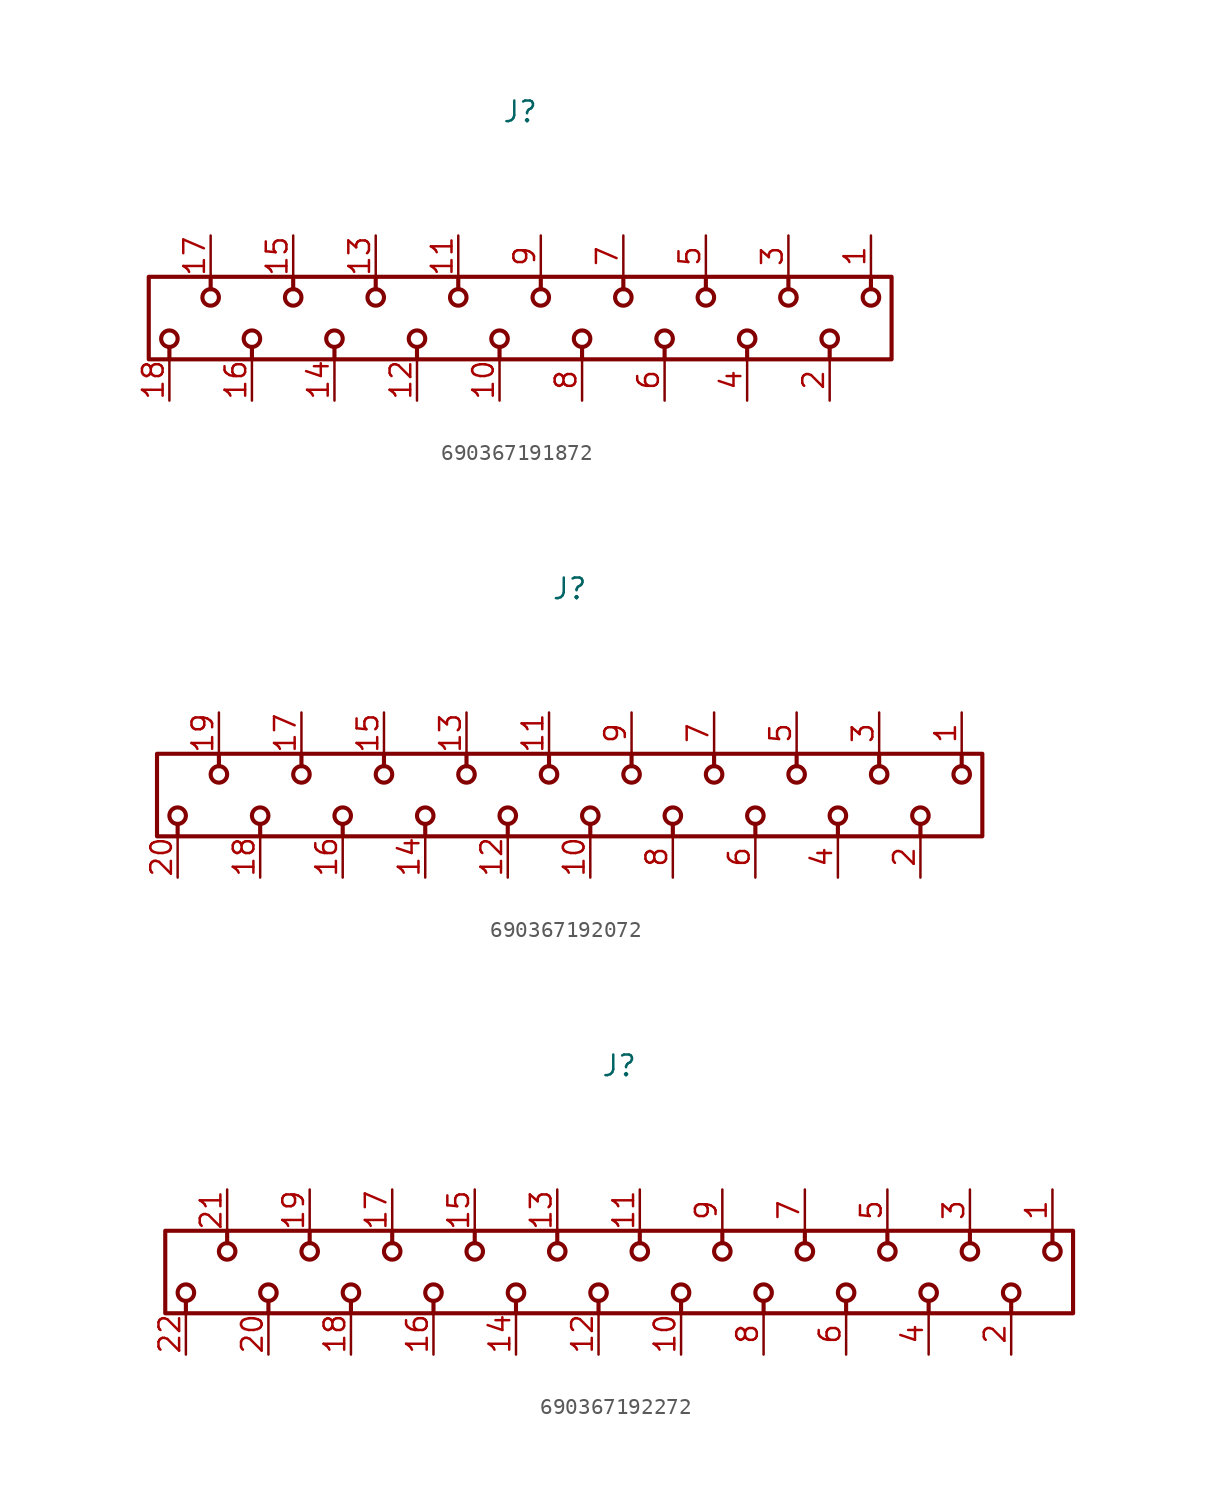
<source format=kicad_sym>
(kicad_symbol_lib
  (version 20241209)
  (generator "kicad_symbol_editor")
  (generator_version "9.0")
  (symbol "690367191872"
    (pin_names
      (hide yes))
    (property "Reference" "J"
      (at 0 12.7 0)
      (effects (font (size 1.27 1.27))))
    (symbol "690367191872_1_1"
      (rectangle (start -22.86 2.54) (end 22.86 -2.54) (stroke (width 0.254) (type solid)) (fill (type none)))
      (circle (center -21.59 -1.27) (radius 0.508) (stroke (width 0.254) (type solid)) (fill (type none)))
      (polyline (pts (xy -21.59 -1.778) (xy -21.59 -2.54)) (stroke (width 0.254) (type solid)) (fill (type none)))
      (polyline (pts (xy -19.05 1.778) (xy -19.05 2.54)) (stroke (width 0.254) (type solid)) (fill (type none)))
      (circle (center -19.05 1.27) (radius 0.508) (stroke (width 0.254) (type solid)) (fill (type none)))
      (circle (center -16.51 -1.27) (radius 0.508) (stroke (width 0.254) (type solid)) (fill (type none)))
      (polyline (pts (xy -16.51 -1.778) (xy -16.51 -2.54)) (stroke (width 0.254) (type solid)) (fill (type none)))
      (polyline (pts (xy -13.97 1.778) (xy -13.97 2.54)) (stroke (width 0.254) (type solid)) (fill (type none)))
      (circle (center -13.97 1.27) (radius 0.508) (stroke (width 0.254) (type solid)) (fill (type none)))
      (circle (center -11.43 -1.27) (radius 0.508) (stroke (width 0.254) (type solid)) (fill (type none)))
      (polyline (pts (xy -11.43 -1.778) (xy -11.43 -2.54)) (stroke (width 0.254) (type solid)) (fill (type none)))
      (polyline (pts (xy -8.89 1.778) (xy -8.89 2.54)) (stroke (width 0.254) (type solid)) (fill (type none)))
      (circle (center -8.89 1.27) (radius 0.508) (stroke (width 0.254) (type solid)) (fill (type none)))
      (circle (center -6.35 -1.27) (radius 0.508) (stroke (width 0.254) (type solid)) (fill (type none)))
      (polyline (pts (xy -6.35 -1.778) (xy -6.35 -2.54)) (stroke (width 0.254) (type solid)) (fill (type none)))
      (polyline (pts (xy -3.81 1.778) (xy -3.81 2.54)) (stroke (width 0.254) (type solid)) (fill (type none)))
      (circle (center -3.81 1.27) (radius 0.508) (stroke (width 0.254) (type solid)) (fill (type none)))
      (circle (center -1.27 -1.27) (radius 0.508) (stroke (width 0.254) (type solid)) (fill (type none)))
      (polyline (pts (xy -1.27 -1.778) (xy -1.27 -2.54)) (stroke (width 0.254) (type solid)) (fill (type none)))
      (polyline (pts (xy 1.27 1.778) (xy 1.27 2.54)) (stroke (width 0.254) (type solid)) (fill (type none)))
      (circle (center 1.27 1.27) (radius 0.508) (stroke (width 0.254) (type solid)) (fill (type none)))
      (circle (center 3.81 -1.27) (radius 0.508) (stroke (width 0.254) (type solid)) (fill (type none)))
      (polyline (pts (xy 3.81 -1.778) (xy 3.81 -2.54)) (stroke (width 0.254) (type solid)) (fill (type none)))
      (polyline (pts (xy 6.35 1.778) (xy 6.35 2.54)) (stroke (width 0.254) (type solid)) (fill (type none)))
      (circle (center 6.35 1.27) (radius 0.508) (stroke (width 0.254) (type solid)) (fill (type none)))
      (circle (center 8.89 -1.27) (radius 0.508) (stroke (width 0.254) (type solid)) (fill (type none)))
      (polyline (pts (xy 8.89 -1.778) (xy 8.89 -2.54)) (stroke (width 0.254) (type solid)) (fill (type none)))
      (polyline (pts (xy 11.43 1.778) (xy 11.43 2.54)) (stroke (width 0.254) (type solid)) (fill (type none)))
      (circle (center 11.43 1.27) (radius 0.508) (stroke (width 0.254) (type solid)) (fill (type none)))
      (circle (center 13.97 -1.27) (radius 0.508) (stroke (width 0.254) (type solid)) (fill (type none)))
      (polyline (pts (xy 13.97 -1.778) (xy 13.97 -2.54)) (stroke (width 0.254) (type solid)) (fill (type none)))
      (polyline (pts (xy 16.51 1.778) (xy 16.51 2.54)) (stroke (width 0.254) (type solid)) (fill (type none)))
      (circle (center 16.51 1.27) (radius 0.508) (stroke (width 0.254) (type solid)) (fill (type none)))
      (circle (center 19.05 -1.27) (radius 0.508) (stroke (width 0.254) (type solid)) (fill (type none)))
      (polyline (pts (xy 19.05 -1.778) (xy 19.05 -2.54)) (stroke (width 0.254) (type solid)) (fill (type none)))
      (polyline (pts (xy 21.59 1.778) (xy 21.59 2.54)) (stroke (width 0.254) (type solid)) (fill (type none)))
      (circle (center 21.59 1.27) (radius 0.508) (stroke (width 0.254) (type solid)) (fill (type none)))
      (pin passive line (at -21.59 -5.08 90) (length 2.54) (name "18" (effects (font (size 1.27 1.27)))) (number "18" (effects (font (size 1.27 1.27)))))
      (pin passive line (at -19.05 5.08 270) (length 2.54) (name "17" (effects (font (size 1.27 1.27)))) (number "17" (effects (font (size 1.27 1.27)))))
      (pin passive line (at -16.51 -5.08 90) (length 2.54) (name "16" (effects (font (size 1.27 1.27)))) (number "16" (effects (font (size 1.27 1.27)))))
      (pin passive line (at -13.97 5.08 270) (length 2.54) (name "15" (effects (font (size 1.27 1.27)))) (number "15" (effects (font (size 1.27 1.27)))))
      (pin passive line (at -11.43 -5.08 90) (length 2.54) (name "14" (effects (font (size 1.27 1.27)))) (number "14" (effects (font (size 1.27 1.27)))))
      (pin passive line (at -8.89 5.08 270) (length 2.54) (name "13" (effects (font (size 1.27 1.27)))) (number "13" (effects (font (size 1.27 1.27)))))
      (pin passive line (at -6.35 -5.08 90) (length 2.54) (name "12" (effects (font (size 1.27 1.27)))) (number "12" (effects (font (size 1.27 1.27)))))
      (pin passive line (at -3.81 5.08 270) (length 2.54) (name "11" (effects (font (size 1.27 1.27)))) (number "11" (effects (font (size 1.27 1.27)))))
      (pin passive line (at -1.27 -5.08 90) (length 2.54) (name "10" (effects (font (size 1.27 1.27)))) (number "10" (effects (font (size 1.27 1.27)))))
      (pin passive line (at 1.27 5.08 270) (length 2.54) (name "9" (effects (font (size 1.27 1.27)))) (number "9" (effects (font (size 1.27 1.27)))))
      (pin passive line (at 3.81 -5.08 90) (length 2.54) (name "8" (effects (font (size 1.27 1.27)))) (number "8" (effects (font (size 1.27 1.27)))))
      (pin passive line (at 6.35 5.08 270) (length 2.54) (name "7" (effects (font (size 1.27 1.27)))) (number "7" (effects (font (size 1.27 1.27)))))
      (pin passive line (at 8.89 -5.08 90) (length 2.54) (name "6" (effects (font (size 1.27 1.27)))) (number "6" (effects (font (size 1.27 1.27)))))
      (pin passive line (at 11.43 5.08 270) (length 2.54) (name "5" (effects (font (size 1.27 1.27)))) (number "5" (effects (font (size 1.27 1.27)))))
      (pin passive line (at 13.97 -5.08 90) (length 2.54) (name "4" (effects (font (size 1.27 1.27)))) (number "4" (effects (font (size 1.27 1.27)))))
      (pin passive line (at 16.51 5.08 270) (length 2.54) (name "3" (effects (font (size 1.27 1.27)))) (number "3" (effects (font (size 1.27 1.27)))))
      (pin passive line (at 19.05 -5.08 90) (length 2.54) (name "2" (effects (font (size 1.27 1.27)))) (number "2" (effects (font (size 1.27 1.27)))))
      (pin passive line (at 21.59 5.08 270) (length 2.54) (name "1" (effects (font (size 1.27 1.27)))) (number "1" (effects (font (size 1.27 1.27)))))))
  (symbol "690367192072"
    (pin_names
      (hide yes))
    (property "Reference" "J"
      (at 0 12.7 0)
      (effects (font (size 1.27 1.27))))
    (symbol "690367192072_1_1"
      (rectangle (start -25.4 2.54) (end 25.4 -2.54) (stroke (width 0.254) (type solid)) (fill (type none)))
      (circle (center -24.13 -1.27) (radius 0.508) (stroke (width 0.254) (type solid)) (fill (type none)))
      (polyline (pts (xy -24.13 -1.778) (xy -24.13 -2.54)) (stroke (width 0.254) (type solid)) (fill (type none)))
      (polyline (pts (xy -21.59 1.778) (xy -21.59 2.54)) (stroke (width 0.254) (type solid)) (fill (type none)))
      (circle (center -21.59 1.27) (radius 0.508) (stroke (width 0.254) (type solid)) (fill (type none)))
      (circle (center -19.05 -1.27) (radius 0.508) (stroke (width 0.254) (type solid)) (fill (type none)))
      (polyline (pts (xy -19.05 -1.778) (xy -19.05 -2.54)) (stroke (width 0.254) (type solid)) (fill (type none)))
      (polyline (pts (xy -16.51 1.778) (xy -16.51 2.54)) (stroke (width 0.254) (type solid)) (fill (type none)))
      (circle (center -16.51 1.27) (radius 0.508) (stroke (width 0.254) (type solid)) (fill (type none)))
      (circle (center -13.97 -1.27) (radius 0.508) (stroke (width 0.254) (type solid)) (fill (type none)))
      (polyline (pts (xy -13.97 -1.778) (xy -13.97 -2.54)) (stroke (width 0.254) (type solid)) (fill (type none)))
      (polyline (pts (xy -11.43 1.778) (xy -11.43 2.54)) (stroke (width 0.254) (type solid)) (fill (type none)))
      (circle (center -11.43 1.27) (radius 0.508) (stroke (width 0.254) (type solid)) (fill (type none)))
      (circle (center -8.89 -1.27) (radius 0.508) (stroke (width 0.254) (type solid)) (fill (type none)))
      (polyline (pts (xy -8.89 -1.778) (xy -8.89 -2.54)) (stroke (width 0.254) (type solid)) (fill (type none)))
      (polyline (pts (xy -6.35 1.778) (xy -6.35 2.54)) (stroke (width 0.254) (type solid)) (fill (type none)))
      (circle (center -6.35 1.27) (radius 0.508) (stroke (width 0.254) (type solid)) (fill (type none)))
      (circle (center -3.81 -1.27) (radius 0.508) (stroke (width 0.254) (type solid)) (fill (type none)))
      (polyline (pts (xy -3.81 -1.778) (xy -3.81 -2.54)) (stroke (width 0.254) (type solid)) (fill (type none)))
      (polyline (pts (xy -1.27 1.778) (xy -1.27 2.54)) (stroke (width 0.254) (type solid)) (fill (type none)))
      (circle (center -1.27 1.27) (radius 0.508) (stroke (width 0.254) (type solid)) (fill (type none)))
      (circle (center 1.27 -1.27) (radius 0.508) (stroke (width 0.254) (type solid)) (fill (type none)))
      (polyline (pts (xy 1.27 -1.778) (xy 1.27 -2.54)) (stroke (width 0.254) (type solid)) (fill (type none)))
      (polyline (pts (xy 3.81 1.778) (xy 3.81 2.54)) (stroke (width 0.254) (type solid)) (fill (type none)))
      (circle (center 3.81 1.27) (radius 0.508) (stroke (width 0.254) (type solid)) (fill (type none)))
      (circle (center 6.35 -1.27) (radius 0.508) (stroke (width 0.254) (type solid)) (fill (type none)))
      (polyline (pts (xy 6.35 -1.778) (xy 6.35 -2.54)) (stroke (width 0.254) (type solid)) (fill (type none)))
      (polyline (pts (xy 8.89 1.778) (xy 8.89 2.54)) (stroke (width 0.254) (type solid)) (fill (type none)))
      (circle (center 8.89 1.27) (radius 0.508) (stroke (width 0.254) (type solid)) (fill (type none)))
      (circle (center 11.43 -1.27) (radius 0.508) (stroke (width 0.254) (type solid)) (fill (type none)))
      (polyline (pts (xy 11.43 -1.778) (xy 11.43 -2.54)) (stroke (width 0.254) (type solid)) (fill (type none)))
      (polyline (pts (xy 13.97 1.778) (xy 13.97 2.54)) (stroke (width 0.254) (type solid)) (fill (type none)))
      (circle (center 13.97 1.27) (radius 0.508) (stroke (width 0.254) (type solid)) (fill (type none)))
      (circle (center 16.51 -1.27) (radius 0.508) (stroke (width 0.254) (type solid)) (fill (type none)))
      (polyline (pts (xy 16.51 -1.778) (xy 16.51 -2.54)) (stroke (width 0.254) (type solid)) (fill (type none)))
      (polyline (pts (xy 19.05 1.778) (xy 19.05 2.54)) (stroke (width 0.254) (type solid)) (fill (type none)))
      (circle (center 19.05 1.27) (radius 0.508) (stroke (width 0.254) (type solid)) (fill (type none)))
      (circle (center 21.59 -1.27) (radius 0.508) (stroke (width 0.254) (type solid)) (fill (type none)))
      (polyline (pts (xy 21.59 -1.778) (xy 21.59 -2.54)) (stroke (width 0.254) (type solid)) (fill (type none)))
      (polyline (pts (xy 24.13 1.778) (xy 24.13 2.54)) (stroke (width 0.254) (type solid)) (fill (type none)))
      (circle (center 24.13 1.27) (radius 0.508) (stroke (width 0.254) (type solid)) (fill (type none)))
      (pin passive line (at -24.13 -5.08 90) (length 2.54) (name "20" (effects (font (size 1.27 1.27)))) (number "20" (effects (font (size 1.27 1.27)))))
      (pin passive line (at -21.59 5.08 270) (length 2.54) (name "19" (effects (font (size 1.27 1.27)))) (number "19" (effects (font (size 1.27 1.27)))))
      (pin passive line (at -19.05 -5.08 90) (length 2.54) (name "18" (effects (font (size 1.27 1.27)))) (number "18" (effects (font (size 1.27 1.27)))))
      (pin passive line (at -16.51 5.08 270) (length 2.54) (name "17" (effects (font (size 1.27 1.27)))) (number "17" (effects (font (size 1.27 1.27)))))
      (pin passive line (at -13.97 -5.08 90) (length 2.54) (name "16" (effects (font (size 1.27 1.27)))) (number "16" (effects (font (size 1.27 1.27)))))
      (pin passive line (at -11.43 5.08 270) (length 2.54) (name "15" (effects (font (size 1.27 1.27)))) (number "15" (effects (font (size 1.27 1.27)))))
      (pin passive line (at -8.89 -5.08 90) (length 2.54) (name "14" (effects (font (size 1.27 1.27)))) (number "14" (effects (font (size 1.27 1.27)))))
      (pin passive line (at -6.35 5.08 270) (length 2.54) (name "13" (effects (font (size 1.27 1.27)))) (number "13" (effects (font (size 1.27 1.27)))))
      (pin passive line (at -3.81 -5.08 90) (length 2.54) (name "12" (effects (font (size 1.27 1.27)))) (number "12" (effects (font (size 1.27 1.27)))))
      (pin passive line (at -1.27 5.08 270) (length 2.54) (name "11" (effects (font (size 1.27 1.27)))) (number "11" (effects (font (size 1.27 1.27)))))
      (pin passive line (at 1.27 -5.08 90) (length 2.54) (name "10" (effects (font (size 1.27 1.27)))) (number "10" (effects (font (size 1.27 1.27)))))
      (pin passive line (at 3.81 5.08 270) (length 2.54) (name "9" (effects (font (size 1.27 1.27)))) (number "9" (effects (font (size 1.27 1.27)))))
      (pin passive line (at 6.35 -5.08 90) (length 2.54) (name "8" (effects (font (size 1.27 1.27)))) (number "8" (effects (font (size 1.27 1.27)))))
      (pin passive line (at 8.89 5.08 270) (length 2.54) (name "7" (effects (font (size 1.27 1.27)))) (number "7" (effects (font (size 1.27 1.27)))))
      (pin passive line (at 11.43 -5.08 90) (length 2.54) (name "6" (effects (font (size 1.27 1.27)))) (number "6" (effects (font (size 1.27 1.27)))))
      (pin passive line (at 13.97 5.08 270) (length 2.54) (name "5" (effects (font (size 1.27 1.27)))) (number "5" (effects (font (size 1.27 1.27)))))
      (pin passive line (at 16.51 -5.08 90) (length 2.54) (name "4" (effects (font (size 1.27 1.27)))) (number "4" (effects (font (size 1.27 1.27)))))
      (pin passive line (at 19.05 5.08 270) (length 2.54) (name "3" (effects (font (size 1.27 1.27)))) (number "3" (effects (font (size 1.27 1.27)))))
      (pin passive line (at 21.59 -5.08 90) (length 2.54) (name "2" (effects (font (size 1.27 1.27)))) (number "2" (effects (font (size 1.27 1.27)))))
      (pin passive line (at 24.13 5.08 270) (length 2.54) (name "1" (effects (font (size 1.27 1.27)))) (number "1" (effects (font (size 1.27 1.27)))))))
  (symbol "690367192272"
    (pin_names
      (hide yes))
    (property "Reference" "J"
      (at 0 12.7 0)
      (effects (font (size 1.27 1.27))))
    (symbol "690367192272_1_1"
      (rectangle (start -27.94 2.54) (end 27.94 -2.54) (stroke (width 0.254) (type solid)) (fill (type none)))
      (circle (center -26.67 -1.27) (radius 0.508) (stroke (width 0.254) (type solid)) (fill (type none)))
      (polyline (pts (xy -26.67 -1.778) (xy -26.67 -2.54)) (stroke (width 0.254) (type solid)) (fill (type none)))
      (polyline (pts (xy -24.13 1.778) (xy -24.13 2.54)) (stroke (width 0.254) (type solid)) (fill (type none)))
      (circle (center -24.13 1.27) (radius 0.508) (stroke (width 0.254) (type solid)) (fill (type none)))
      (circle (center -21.59 -1.27) (radius 0.508) (stroke (width 0.254) (type solid)) (fill (type none)))
      (polyline (pts (xy -21.59 -1.778) (xy -21.59 -2.54)) (stroke (width 0.254) (type solid)) (fill (type none)))
      (polyline (pts (xy -19.05 1.778) (xy -19.05 2.54)) (stroke (width 0.254) (type solid)) (fill (type none)))
      (circle (center -19.05 1.27) (radius 0.508) (stroke (width 0.254) (type solid)) (fill (type none)))
      (circle (center -16.51 -1.27) (radius 0.508) (stroke (width 0.254) (type solid)) (fill (type none)))
      (polyline (pts (xy -16.51 -1.778) (xy -16.51 -2.54)) (stroke (width 0.254) (type solid)) (fill (type none)))
      (polyline (pts (xy -13.97 1.778) (xy -13.97 2.54)) (stroke (width 0.254) (type solid)) (fill (type none)))
      (circle (center -13.97 1.27) (radius 0.508) (stroke (width 0.254) (type solid)) (fill (type none)))
      (circle (center -11.43 -1.27) (radius 0.508) (stroke (width 0.254) (type solid)) (fill (type none)))
      (polyline (pts (xy -11.43 -1.778) (xy -11.43 -2.54)) (stroke (width 0.254) (type solid)) (fill (type none)))
      (polyline (pts (xy -8.89 1.778) (xy -8.89 2.54)) (stroke (width 0.254) (type solid)) (fill (type none)))
      (circle (center -8.89 1.27) (radius 0.508) (stroke (width 0.254) (type solid)) (fill (type none)))
      (circle (center -6.35 -1.27) (radius 0.508) (stroke (width 0.254) (type solid)) (fill (type none)))
      (polyline (pts (xy -6.35 -1.778) (xy -6.35 -2.54)) (stroke (width 0.254) (type solid)) (fill (type none)))
      (polyline (pts (xy -3.81 1.778) (xy -3.81 2.54)) (stroke (width 0.254) (type solid)) (fill (type none)))
      (circle (center -3.81 1.27) (radius 0.508) (stroke (width 0.254) (type solid)) (fill (type none)))
      (circle (center -1.27 -1.27) (radius 0.508) (stroke (width 0.254) (type solid)) (fill (type none)))
      (polyline (pts (xy -1.27 -1.778) (xy -1.27 -2.54)) (stroke (width 0.254) (type solid)) (fill (type none)))
      (polyline (pts (xy 1.27 1.778) (xy 1.27 2.54)) (stroke (width 0.254) (type solid)) (fill (type none)))
      (circle (center 1.27 1.27) (radius 0.508) (stroke (width 0.254) (type solid)) (fill (type none)))
      (circle (center 3.81 -1.27) (radius 0.508) (stroke (width 0.254) (type solid)) (fill (type none)))
      (polyline (pts (xy 3.81 -1.778) (xy 3.81 -2.54)) (stroke (width 0.254) (type solid)) (fill (type none)))
      (polyline (pts (xy 6.35 1.778) (xy 6.35 2.54)) (stroke (width 0.254) (type solid)) (fill (type none)))
      (circle (center 6.35 1.27) (radius 0.508) (stroke (width 0.254) (type solid)) (fill (type none)))
      (circle (center 8.89 -1.27) (radius 0.508) (stroke (width 0.254) (type solid)) (fill (type none)))
      (polyline (pts (xy 8.89 -1.778) (xy 8.89 -2.54)) (stroke (width 0.254) (type solid)) (fill (type none)))
      (polyline (pts (xy 11.43 1.778) (xy 11.43 2.54)) (stroke (width 0.254) (type solid)) (fill (type none)))
      (circle (center 11.43 1.27) (radius 0.508) (stroke (width 0.254) (type solid)) (fill (type none)))
      (circle (center 13.97 -1.27) (radius 0.508) (stroke (width 0.254) (type solid)) (fill (type none)))
      (polyline (pts (xy 13.97 -1.778) (xy 13.97 -2.54)) (stroke (width 0.254) (type solid)) (fill (type none)))
      (polyline (pts (xy 16.51 1.778) (xy 16.51 2.54)) (stroke (width 0.254) (type solid)) (fill (type none)))
      (circle (center 16.51 1.27) (radius 0.508) (stroke (width 0.254) (type solid)) (fill (type none)))
      (circle (center 19.05 -1.27) (radius 0.508) (stroke (width 0.254) (type solid)) (fill (type none)))
      (polyline (pts (xy 19.05 -1.778) (xy 19.05 -2.54)) (stroke (width 0.254) (type solid)) (fill (type none)))
      (polyline (pts (xy 21.59 1.778) (xy 21.59 2.54)) (stroke (width 0.254) (type solid)) (fill (type none)))
      (circle (center 21.59 1.27) (radius 0.508) (stroke (width 0.254) (type solid)) (fill (type none)))
      (circle (center 24.13 -1.27) (radius 0.508) (stroke (width 0.254) (type solid)) (fill (type none)))
      (polyline (pts (xy 24.13 -1.778) (xy 24.13 -2.54)) (stroke (width 0.254) (type solid)) (fill (type none)))
      (polyline (pts (xy 26.67 1.778) (xy 26.67 2.54)) (stroke (width 0.254) (type solid)) (fill (type none)))
      (circle (center 26.67 1.27) (radius 0.508) (stroke (width 0.254) (type solid)) (fill (type none)))
      (pin passive line (at -26.67 -5.08 90) (length 2.54) (name "22" (effects (font (size 1.27 1.27)))) (number "22" (effects (font (size 1.27 1.27)))))
      (pin passive line (at -24.13 5.08 270) (length 2.54) (name "21" (effects (font (size 1.27 1.27)))) (number "21" (effects (font (size 1.27 1.27)))))
      (pin passive line (at -21.59 -5.08 90) (length 2.54) (name "20" (effects (font (size 1.27 1.27)))) (number "20" (effects (font (size 1.27 1.27)))))
      (pin passive line (at -19.05 5.08 270) (length 2.54) (name "19" (effects (font (size 1.27 1.27)))) (number "19" (effects (font (size 1.27 1.27)))))
      (pin passive line (at -16.51 -5.08 90) (length 2.54) (name "18" (effects (font (size 1.27 1.27)))) (number "18" (effects (font (size 1.27 1.27)))))
      (pin passive line (at -13.97 5.08 270) (length 2.54) (name "17" (effects (font (size 1.27 1.27)))) (number "17" (effects (font (size 1.27 1.27)))))
      (pin passive line (at -11.43 -5.08 90) (length 2.54) (name "16" (effects (font (size 1.27 1.27)))) (number "16" (effects (font (size 1.27 1.27)))))
      (pin passive line (at -8.89 5.08 270) (length 2.54) (name "15" (effects (font (size 1.27 1.27)))) (number "15" (effects (font (size 1.27 1.27)))))
      (pin passive line (at -6.35 -5.08 90) (length 2.54) (name "14" (effects (font (size 1.27 1.27)))) (number "14" (effects (font (size 1.27 1.27)))))
      (pin passive line (at -3.81 5.08 270) (length 2.54) (name "13" (effects (font (size 1.27 1.27)))) (number "13" (effects (font (size 1.27 1.27)))))
      (pin passive line (at -1.27 -5.08 90) (length 2.54) (name "12" (effects (font (size 1.27 1.27)))) (number "12" (effects (font (size 1.27 1.27)))))
      (pin passive line (at 1.27 5.08 270) (length 2.54) (name "11" (effects (font (size 1.27 1.27)))) (number "11" (effects (font (size 1.27 1.27)))))
      (pin passive line (at 3.81 -5.08 90) (length 2.54) (name "10" (effects (font (size 1.27 1.27)))) (number "10" (effects (font (size 1.27 1.27)))))
      (pin passive line (at 6.35 5.08 270) (length 2.54) (name "9" (effects (font (size 1.27 1.27)))) (number "9" (effects (font (size 1.27 1.27)))))
      (pin passive line (at 8.89 -5.08 90) (length 2.54) (name "8" (effects (font (size 1.27 1.27)))) (number "8" (effects (font (size 1.27 1.27)))))
      (pin passive line (at 11.43 5.08 270) (length 2.54) (name "7" (effects (font (size 1.27 1.27)))) (number "7" (effects (font (size 1.27 1.27)))))
      (pin passive line (at 13.97 -5.08 90) (length 2.54) (name "6" (effects (font (size 1.27 1.27)))) (number "6" (effects (font (size 1.27 1.27)))))
      (pin passive line (at 16.51 5.08 270) (length 2.54) (name "5" (effects (font (size 1.27 1.27)))) (number "5" (effects (font (size 1.27 1.27)))))
      (pin passive line (at 19.05 -5.08 90) (length 2.54) (name "4" (effects (font (size 1.27 1.27)))) (number "4" (effects (font (size 1.27 1.27)))))
      (pin passive line (at 21.59 5.08 270) (length 2.54) (name "3" (effects (font (size 1.27 1.27)))) (number "3" (effects (font (size 1.27 1.27)))))
      (pin passive line (at 24.13 -5.08 90) (length 2.54) (name "2" (effects (font (size 1.27 1.27)))) (number "2" (effects (font (size 1.27 1.27)))))
      (pin passive line (at 26.67 5.08 270) (length 2.54) (name "1" (effects (font (size 1.27 1.27)))) (number "1" (effects (font (size 1.27 1.27))))))))
</source>
